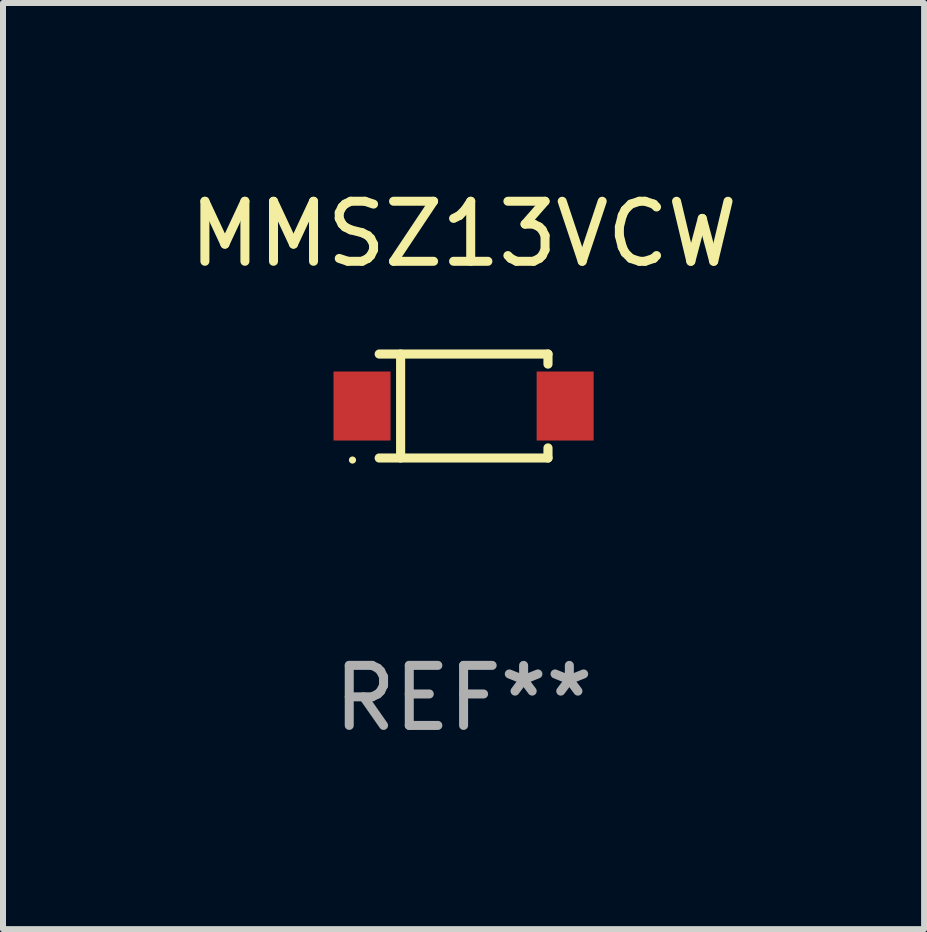
<source format=kicad_pcb>
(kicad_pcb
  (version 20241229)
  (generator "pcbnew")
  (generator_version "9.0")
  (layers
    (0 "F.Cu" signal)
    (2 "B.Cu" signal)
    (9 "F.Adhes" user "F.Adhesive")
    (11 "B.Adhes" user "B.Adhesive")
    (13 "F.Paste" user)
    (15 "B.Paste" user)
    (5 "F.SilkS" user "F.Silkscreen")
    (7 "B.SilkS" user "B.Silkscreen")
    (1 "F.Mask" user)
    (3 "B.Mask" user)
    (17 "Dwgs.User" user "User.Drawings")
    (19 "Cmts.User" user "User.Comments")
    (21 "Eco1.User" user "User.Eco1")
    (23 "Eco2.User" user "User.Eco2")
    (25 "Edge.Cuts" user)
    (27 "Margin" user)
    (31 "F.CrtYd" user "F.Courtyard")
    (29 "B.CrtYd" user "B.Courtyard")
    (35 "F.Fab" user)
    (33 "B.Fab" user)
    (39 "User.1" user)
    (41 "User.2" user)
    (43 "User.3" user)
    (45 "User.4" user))
  (footprint "MMSZ13VCW"
    (layer "F.Cu")
    (at 4.673 3.714)
    (property "Reference" "MMSZ13VCW" (at 0 -2.866 0) (layer "F.SilkS") (effects (font (size 1 1) (thickness 0.15))))
    (attr through_hole)
    (fp_line (start -1.406 -0.866) (end 1.406 -0.866) (stroke (width 0.152) (type solid)) (layer "F.SilkS"))
    (fp_line (start -1.406 0.866) (end 1.406 0.866) (stroke (width 0.152) (type solid)) (layer "F.SilkS"))
    (fp_line (start -1.049 -0.866) (end -1.049 0.866) (stroke (width 0.152) (type solid)) (layer "F.SilkS"))
    (fp_line (start 1.406 -0.866) (end 1.406 -0.698) (stroke (width 0.152) (type solid)) (layer "F.SilkS"))
    (fp_line (start 1.406 0.866) (end 1.406 0.698) (stroke (width 0.152) (type solid)) (layer "F.SilkS"))
    (fp_circle (center -1.851 0.9) (end -1.821 0.9) (stroke (width 0.06) (type solid)) (fill no) (layer "F.SilkS"))
    (fp_text user "REF**" (at 0 4.866 0) (layer "F.Fab") (effects (font (size 1 1) (thickness 0.15))))
    (pad "1" smd rect (at -1.692 0) (size 0.95 1.15) (layers "F.Cu" "F.Mask" "F.Paste"))
    (pad "2" smd rect (at 1.692 0) (size 0.95 1.15) (layers "F.Cu" "F.Mask" "F.Paste")))
  (gr_rect
    (start -3 -3)
    (end 12.345 12.429)
    (stroke (width 0.1) (type default))
    (fill no)
    (layer "Edge.Cuts")))
</source>
